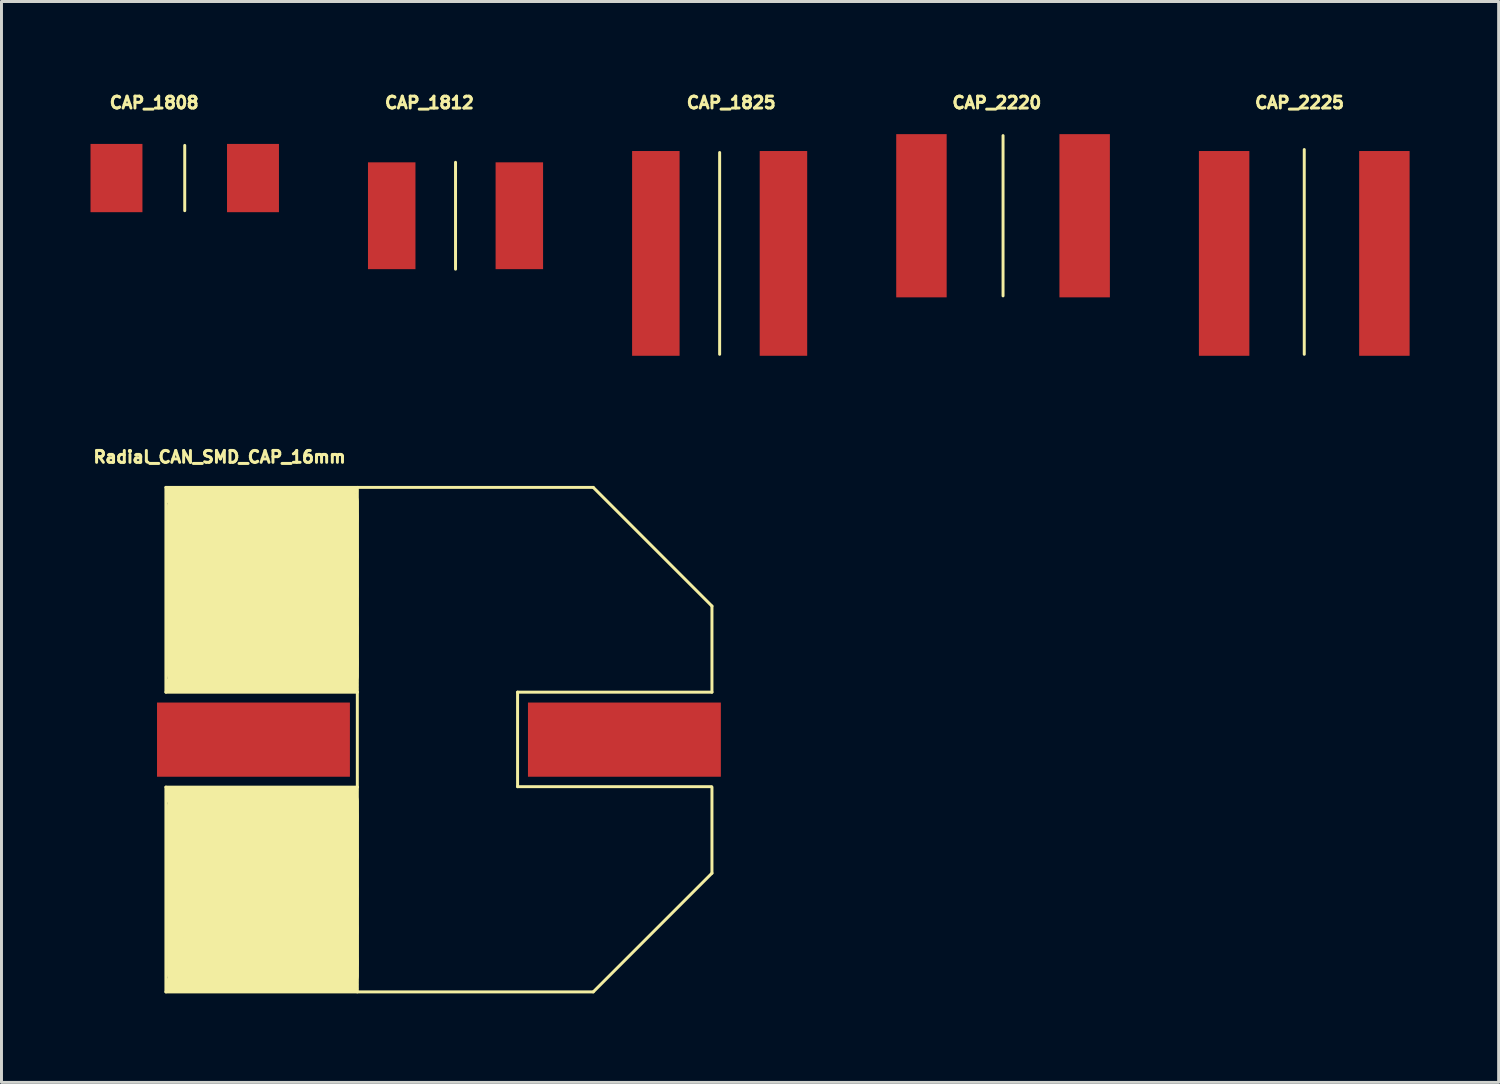
<source format=kicad_pcb>
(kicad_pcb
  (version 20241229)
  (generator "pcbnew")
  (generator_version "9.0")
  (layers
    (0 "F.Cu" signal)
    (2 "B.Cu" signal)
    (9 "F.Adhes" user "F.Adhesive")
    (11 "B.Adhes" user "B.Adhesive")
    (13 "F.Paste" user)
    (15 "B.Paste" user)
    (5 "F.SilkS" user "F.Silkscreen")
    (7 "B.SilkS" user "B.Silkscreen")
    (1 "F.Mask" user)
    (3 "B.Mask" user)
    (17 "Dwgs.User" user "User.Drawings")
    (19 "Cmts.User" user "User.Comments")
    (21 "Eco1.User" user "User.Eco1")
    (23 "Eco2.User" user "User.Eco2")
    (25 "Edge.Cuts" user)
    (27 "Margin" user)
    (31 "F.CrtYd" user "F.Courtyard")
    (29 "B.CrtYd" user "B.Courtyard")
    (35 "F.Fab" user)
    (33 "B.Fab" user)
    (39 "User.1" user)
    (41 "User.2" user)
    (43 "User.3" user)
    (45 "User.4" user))
  (footprint "CAP_1808"
    (layer "F.Cu")
    (at 3.175 2.95)
    (property "Reference" "CAP_1808" (at -1.03 -2.54 0) (layer "F.SilkS") (effects (font (size 0.4 0.4) (thickness 0.1))))
    (attr through_hole)
    (fp_line (start 0 -1.1) (end 0 1.1) (stroke (width 0.1) (type solid)) (layer "F.SilkS"))
    (pad "1" smd rect (at -2.3 0) (size 1.75 2.3) (layers "F.Cu" "F.Mask" "F.Paste"))
    (pad "2" smd rect (at 2.3 0) (size 1.75 2.3) (layers "F.Cu" "F.Mask" "F.Paste")))
  (footprint "CAP_2220"
    (layer "F.Cu")
    (at 30.75 4.22)
    (property "Reference" "CAP_2220" (at -0.21 -3.81 0) (layer "F.SilkS") (effects (font (size 0.4 0.4) (thickness 0.1))))
    (attr through_hole)
    (fp_line (start 0 -2.7) (end 0 2.7) (stroke (width 0.1) (type solid)) (layer "F.SilkS"))
    (pad "1" smd rect (at -2.75 0) (size 1.7 5.5) (layers "F.Cu" "F.Mask" "F.Paste"))
    (pad "2" smd rect (at 2.75 0) (size 1.7 5.5) (layers "F.Cu" "F.Mask" "F.Paste")))
  (footprint "Radial_CAN_SMD_CAP_16mm"
    (layer "F.Cu")
    (at 11.741 21.874)
    (property "Reference" "Radial_CAN_SMD_CAP_16mm" (at -7.393 -9.525 0) (layer "F.SilkS") (effects (font (size 0.4 0.4) (thickness 0.1))))
    (attr through_hole)
    (fp_line (start -9.2 -8.5) (end 5.2 -8.5) (stroke (width 0.1) (type solid)) (layer "F.SilkS"))
    (fp_line (start -9.2 -1.6) (end -9.2 -8.5) (stroke (width 0.1) (type solid)) (layer "F.SilkS"))
    (fp_line (start -9.2 -1.6) (end -2.75 -1.6) (stroke (width 0.1) (type solid)) (layer "F.SilkS"))
    (fp_line (start -9.2 1.6) (end -2.75 1.6) (stroke (width 0.1) (type solid)) (layer "F.SilkS"))
    (fp_line (start -9.2 8.5) (end -9.2 1.6) (stroke (width 0.1) (type solid)) (layer "F.SilkS"))
    (fp_line (start -9.2 8.5) (end 5.2 8.5) (stroke (width 0.1) (type solid)) (layer "F.SilkS"))
    (fp_line (start -9.107 -8.382) (end -2.821 -8.382) (stroke (width 0.2) (type solid)) (layer "F.SilkS"))
    (fp_line (start -9.107 -8.255) (end -8.282 -8.255) (stroke (width 0.2) (type solid)) (layer "F.SilkS"))
    (fp_line (start -9.107 -8.128) (end -8.282 -8.128) (stroke (width 0.2) (type solid)) (layer "F.SilkS"))
    (fp_line (start -9.107 -8.065) (end -8.282 -8.065) (stroke (width 0.2) (type solid)) (layer "F.SilkS"))
    (fp_line (start -9.107 1.714) (end -2.821 1.714) (stroke (width 0.2) (type solid)) (layer "F.SilkS"))
    (fp_line (start -9.107 1.841) (end -8.282 1.841) (stroke (width 0.2) (type solid)) (layer "F.SilkS"))
    (fp_line (start -9.107 1.968) (end -8.282 1.968) (stroke (width 0.2) (type solid)) (layer "F.SilkS"))
    (fp_line (start -9.107 2.032) (end -8.282 2.032) (stroke (width 0.2) (type solid)) (layer "F.SilkS"))
    (fp_line (start -8.663 -7.874) (end -8.663 -2.159) (stroke (width 1) (type solid)) (layer "F.SilkS"))
    (fp_line (start -8.663 2.223) (end -8.663 7.938) (stroke (width 1) (type solid)) (layer "F.SilkS"))
    (fp_line (start -8.028 -7.493) (end -3.71 -7.493) (stroke (width 2) (type solid)) (layer "F.SilkS"))
    (fp_line (start -8.028 -3.683) (end -3.71 -3.683) (stroke (width 2) (type solid)) (layer "F.SilkS"))
    (fp_line (start -8.028 -2.603) (end -3.71 -2.603) (stroke (width 2) (type solid)) (layer "F.SilkS"))
    (fp_line (start -8.028 2.603) (end -3.71 2.603) (stroke (width 2) (type solid)) (layer "F.SilkS"))
    (fp_line (start -8.028 6.413) (end -3.71 6.413) (stroke (width 2) (type solid)) (layer "F.SilkS"))
    (fp_line (start -8.028 7.493) (end -3.71 7.493) (stroke (width 2) (type solid)) (layer "F.SilkS"))
    (fp_line (start -7.901 -6.35) (end -3.71 -6.223) (stroke (width 2) (type solid)) (layer "F.SilkS"))
    (fp_line (start -7.901 -4.953) (end -3.71 -4.953) (stroke (width 2) (type solid)) (layer "F.SilkS"))
    (fp_line (start -7.901 3.747) (end -3.71 3.873) (stroke (width 2) (type solid)) (layer "F.SilkS"))
    (fp_line (start -7.901 5.144) (end -3.71 5.144) (stroke (width 2) (type solid)) (layer "F.SilkS"))
    (fp_line (start -3.202 -8.001) (end -3.202 -2.159) (stroke (width 1) (type solid)) (layer "F.SilkS"))
    (fp_line (start -3.202 2.095) (end -3.202 7.938) (stroke (width 1) (type solid)) (layer "F.SilkS"))
    (fp_line (start -2.821 -1.968) (end -9.107 -1.968) (stroke (width 0.2) (type solid)) (layer "F.SilkS"))
    (fp_line (start -2.821 -1.841) (end -9.107 -1.841) (stroke (width 0.2) (type solid)) (layer "F.SilkS"))
    (fp_line (start -2.821 -1.714) (end -9.107 -1.714) (stroke (width 0.2) (type solid)) (layer "F.SilkS"))
    (fp_line (start -2.821 8.128) (end -9.107 8.128) (stroke (width 0.2) (type solid)) (layer "F.SilkS"))
    (fp_line (start -2.821 8.255) (end -9.107 8.255) (stroke (width 0.2) (type solid)) (layer "F.SilkS"))
    (fp_line (start -2.821 8.382) (end -9.107 8.382) (stroke (width 0.2) (type solid)) (layer "F.SilkS"))
    (fp_line (start -2.75 -1.6) (end -2.75 -8.5) (stroke (width 0.1) (type solid)) (layer "F.SilkS"))
    (fp_line (start -2.75 1.6) (end -2.75 -1.6) (stroke (width 0.1) (type solid)) (layer "F.SilkS"))
    (fp_line (start -2.75 8.5) (end -2.75 1.6) (stroke (width 0.1) (type solid)) (layer "F.SilkS"))
    (fp_line (start 2.65 -1.6) (end 9.2 -1.6) (stroke (width 0.1) (type solid)) (layer "F.SilkS"))
    (fp_line (start 2.65 1.585) (end 2.65 -1.6) (stroke (width 0.1) (type solid)) (layer "F.SilkS"))
    (fp_line (start 2.65 1.585) (end 9.185 1.585) (stroke (width 0.1) (type solid)) (layer "F.SilkS"))
    (fp_line (start 5.2 -8.5) (end 9.2 -4.5) (stroke (width 0.1) (type solid)) (layer "F.SilkS"))
    (fp_line (start 5.2 8.5) (end 9.2 4.5) (stroke (width 0.1) (type solid)) (layer "F.SilkS"))
    (fp_line (start 9.2 -1.6) (end 9.2 -4.5) (stroke (width 0.1) (type solid)) (layer "F.SilkS"))
    (fp_line (start 9.2 4.5) (end 9.2 1.6) (stroke (width 0.1) (type solid)) (layer "F.SilkS"))
    (pad "1" smd rect (at -6.25 0) (size 6.5 2.5) (layers "F.Cu" "F.Mask" "F.Paste"))
    (pad "2" smd rect (at 6.25 0) (size 6.5 2.5) (layers "F.Cu" "F.Mask" "F.Paste")))
  (footprint "CAP_1825"
    (layer "F.Cu")
    (at 21.2 5.489)
    (property "Reference" "CAP_1825" (at 0.39 -5.08 0) (layer "F.SilkS") (effects (font (size 0.4 0.4) (thickness 0.1))))
    (attr through_hole)
    (fp_line (start 0 -3.4) (end 0 3.4) (stroke (width 0.1) (type solid)) (layer "F.SilkS"))
    (pad "1" smd rect (at -2.15 0) (size 1.6 6.9) (layers "F.Cu" "F.Mask" "F.Paste"))
    (pad "2" smd rect (at 2.15 0) (size 1.6 6.9) (layers "F.Cu" "F.Mask" "F.Paste")))
  (footprint "CAP_1812"
    (layer "F.Cu")
    (at 12.3 4.22)
    (property "Reference" "CAP_1812" (at -0.88 -3.81 0) (layer "F.SilkS") (effects (font (size 0.4 0.4) (thickness 0.1))))
    (attr through_hole)
    (fp_line (start 0 -1.8) (end 0 1.8) (stroke (width 0.1) (type solid)) (layer "F.SilkS"))
    (pad "1" smd rect (at -2.15 0) (size 1.6 3.6) (layers "F.Cu" "F.Mask" "F.Paste"))
    (pad "2" smd rect (at 2.15 0) (size 1.6 3.6) (layers "F.Cu" "F.Mask" "F.Paste")))
  (footprint "CAP_2225"
    (layer "F.Cu")
    (at 40.9 5.489)
    (property "Reference" "CAP_2225" (at -0.16 -5.08 0) (layer "F.SilkS") (effects (font (size 0.4 0.4) (thickness 0.1))))
    (attr through_hole)
    (fp_line (start 0 -3.5) (end 0 3.4) (stroke (width 0.1) (type solid)) (layer "F.SilkS"))
    (pad "1" smd rect (at -2.7 0) (size 1.7 6.9) (layers "F.Cu" "F.Mask" "F.Paste"))
    (pad "2" smd rect (at 2.7 0) (size 1.7 6.9) (layers "F.Cu" "F.Mask" "F.Paste")))
  (gr_rect
    (start -3 -3)
    (end 47.45 33.424)
    (stroke (width 0.1) (type default))
    (fill no)
    (layer "Edge.Cuts")))
</source>
